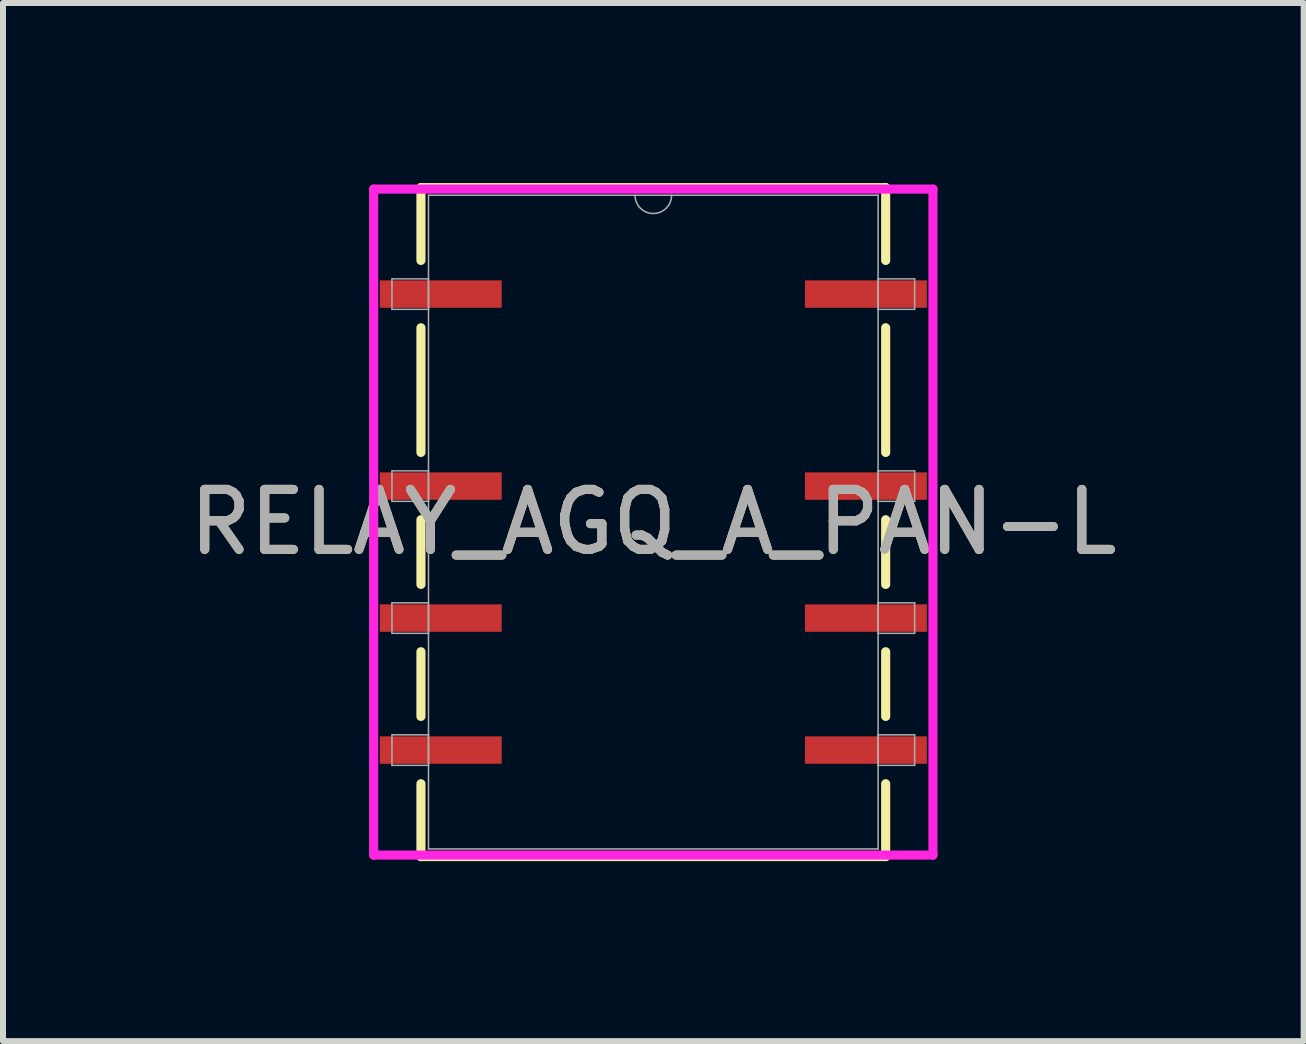
<source format=kicad_pcb>
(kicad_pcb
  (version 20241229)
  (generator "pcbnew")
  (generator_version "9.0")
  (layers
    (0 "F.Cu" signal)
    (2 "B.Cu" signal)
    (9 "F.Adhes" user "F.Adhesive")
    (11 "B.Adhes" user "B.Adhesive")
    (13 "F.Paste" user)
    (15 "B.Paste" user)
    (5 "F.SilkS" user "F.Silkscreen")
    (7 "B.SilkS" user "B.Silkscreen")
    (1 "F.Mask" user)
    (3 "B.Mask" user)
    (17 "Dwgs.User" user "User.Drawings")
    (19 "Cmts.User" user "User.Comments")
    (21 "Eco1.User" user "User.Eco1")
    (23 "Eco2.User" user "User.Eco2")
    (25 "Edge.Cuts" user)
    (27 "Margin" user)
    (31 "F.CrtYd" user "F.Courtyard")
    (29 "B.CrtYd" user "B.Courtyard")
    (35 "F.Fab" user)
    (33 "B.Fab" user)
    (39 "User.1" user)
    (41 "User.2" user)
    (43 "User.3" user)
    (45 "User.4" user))
  (footprint "RELAY_AGQ_A_PAN-L"
    (layer "F.Cu")
    (at 7.839 5.652)
    (property "Reference" "RELAY_AGQ_A_PAN-L" (at 0 0 0) (unlocked yes) (layer "F.SilkS") (effects (font (size 1 1) (thickness 0.15))))
    (attr smd)
    (fp_line (start -3.873 -5.575) (end -3.873 -4.361) (stroke (width 0.152) (type solid)) (layer "F.SilkS"))
    (fp_line (start -3.873 -3.239) (end -3.873 -1.161) (stroke (width 0.152) (type solid)) (layer "F.SilkS"))
    (fp_line (start -3.873 -0.039) (end -3.873 1.039) (stroke (width 0.152) (type solid)) (layer "F.SilkS"))
    (fp_line (start -3.873 2.161) (end -3.873 3.239) (stroke (width 0.152) (type solid)) (layer "F.SilkS"))
    (fp_line (start -3.873 4.361) (end -3.873 5.575) (stroke (width 0.152) (type solid)) (layer "F.SilkS"))
    (fp_line (start -3.873 5.575) (end 3.873 5.575) (stroke (width 0.152) (type solid)) (layer "F.SilkS"))
    (fp_line (start 3.873 -5.575) (end -3.873 -5.575) (stroke (width 0.152) (type solid)) (layer "F.SilkS"))
    (fp_line (start 3.873 -4.361) (end 3.873 -5.575) (stroke (width 0.152) (type solid)) (layer "F.SilkS"))
    (fp_line (start 3.873 -1.161) (end 3.873 -3.239) (stroke (width 0.152) (type solid)) (layer "F.SilkS"))
    (fp_line (start 3.873 1.039) (end 3.873 -0.039) (stroke (width 0.152) (type solid)) (layer "F.SilkS"))
    (fp_line (start 3.873 3.239) (end 3.873 2.161) (stroke (width 0.152) (type solid)) (layer "F.SilkS"))
    (fp_line (start 3.873 5.575) (end 3.873 4.361) (stroke (width 0.152) (type solid)) (layer "F.SilkS"))
    (fp_line (start -4.661 -5.55) (end 4.661 -5.55) (stroke (width 0.152) (type solid)) (layer "F.CrtYd"))
    (fp_line (start -4.661 5.55) (end -4.661 -5.55) (stroke (width 0.152) (type solid)) (layer "F.CrtYd"))
    (fp_line (start 4.661 -5.55) (end 4.661 5.55) (stroke (width 0.152) (type solid)) (layer "F.CrtYd"))
    (fp_line (start 4.661 5.55) (end -4.661 5.55) (stroke (width 0.152) (type solid)) (layer "F.CrtYd"))
    (fp_line (start -4.356 -4.054) (end -4.356 -3.546) (stroke (width 0.025) (type solid)) (layer "F.Fab"))
    (fp_line (start -4.356 -3.546) (end -3.747 -3.546) (stroke (width 0.025) (type solid)) (layer "F.Fab"))
    (fp_line (start -4.356 -0.854) (end -4.356 -0.346) (stroke (width 0.025) (type solid)) (layer "F.Fab"))
    (fp_line (start -4.356 -0.346) (end -3.747 -0.346) (stroke (width 0.025) (type solid)) (layer "F.Fab"))
    (fp_line (start -4.356 1.346) (end -4.356 1.854) (stroke (width 0.025) (type solid)) (layer "F.Fab"))
    (fp_line (start -4.356 1.854) (end -3.747 1.854) (stroke (width 0.025) (type solid)) (layer "F.Fab"))
    (fp_line (start -4.356 3.546) (end -4.356 4.054) (stroke (width 0.025) (type solid)) (layer "F.Fab"))
    (fp_line (start -4.356 4.054) (end -3.747 4.054) (stroke (width 0.025) (type solid)) (layer "F.Fab"))
    (fp_line (start -3.747 -5.448) (end -3.747 5.448) (stroke (width 0.025) (type solid)) (layer "F.Fab"))
    (fp_line (start -3.747 -4.054) (end -4.356 -4.054) (stroke (width 0.025) (type solid)) (layer "F.Fab"))
    (fp_line (start -3.747 -3.546) (end -3.747 -4.054) (stroke (width 0.025) (type solid)) (layer "F.Fab"))
    (fp_line (start -3.747 -0.854) (end -4.356 -0.854) (stroke (width 0.025) (type solid)) (layer "F.Fab"))
    (fp_line (start -3.747 -0.346) (end -3.747 -0.854) (stroke (width 0.025) (type solid)) (layer "F.Fab"))
    (fp_line (start -3.747 1.346) (end -4.356 1.346) (stroke (width 0.025) (type solid)) (layer "F.Fab"))
    (fp_line (start -3.747 1.854) (end -3.747 1.346) (stroke (width 0.025) (type solid)) (layer "F.Fab"))
    (fp_line (start -3.747 3.546) (end -4.356 3.546) (stroke (width 0.025) (type solid)) (layer "F.Fab"))
    (fp_line (start -3.747 4.054) (end -3.747 3.546) (stroke (width 0.025) (type solid)) (layer "F.Fab"))
    (fp_line (start -3.747 5.448) (end 3.747 5.448) (stroke (width 0.025) (type solid)) (layer "F.Fab"))
    (fp_line (start 3.747 -5.448) (end -3.747 -5.448) (stroke (width 0.025) (type solid)) (layer "F.Fab"))
    (fp_line (start 3.747 -4.054) (end 3.747 -3.546) (stroke (width 0.025) (type solid)) (layer "F.Fab"))
    (fp_line (start 3.747 -3.546) (end 4.356 -3.546) (stroke (width 0.025) (type solid)) (layer "F.Fab"))
    (fp_line (start 3.747 -0.854) (end 3.747 -0.346) (stroke (width 0.025) (type solid)) (layer "F.Fab"))
    (fp_line (start 3.747 -0.346) (end 4.356 -0.346) (stroke (width 0.025) (type solid)) (layer "F.Fab"))
    (fp_line (start 3.747 1.346) (end 3.747 1.854) (stroke (width 0.025) (type solid)) (layer "F.Fab"))
    (fp_line (start 3.747 1.854) (end 4.356 1.854) (stroke (width 0.025) (type solid)) (layer "F.Fab"))
    (fp_line (start 3.747 3.546) (end 3.747 4.054) (stroke (width 0.025) (type solid)) (layer "F.Fab"))
    (fp_line (start 3.747 4.054) (end 4.356 4.054) (stroke (width 0.025) (type solid)) (layer "F.Fab"))
    (fp_line (start 3.747 5.448) (end 3.747 -5.448) (stroke (width 0.025) (type solid)) (layer "F.Fab"))
    (fp_line (start 4.356 -4.054) (end 3.747 -4.054) (stroke (width 0.025) (type solid)) (layer "F.Fab"))
    (fp_line (start 4.356 -3.546) (end 4.356 -4.054) (stroke (width 0.025) (type solid)) (layer "F.Fab"))
    (fp_line (start 4.356 -0.854) (end 3.747 -0.854) (stroke (width 0.025) (type solid)) (layer "F.Fab"))
    (fp_line (start 4.356 -0.346) (end 4.356 -0.854) (stroke (width 0.025) (type solid)) (layer "F.Fab"))
    (fp_line (start 4.356 1.346) (end 3.747 1.346) (stroke (width 0.025) (type solid)) (layer "F.Fab"))
    (fp_line (start 4.356 1.854) (end 4.356 1.346) (stroke (width 0.025) (type solid)) (layer "F.Fab"))
    (fp_line (start 4.356 3.546) (end 3.747 3.546) (stroke (width 0.025) (type solid)) (layer "F.Fab"))
    (fp_line (start 4.356 4.054) (end 4.356 3.546) (stroke (width 0.025) (type solid)) (layer "F.Fab"))
    (fp_arc (start 0.3048 -5.4483) (mid 0 -5.1435) (end -0.3048 -5.4483) (stroke (width 0.0254) (type solid)) (layer "F.Fab"))
    (fp_text user "${REFERENCE}" (at 0 0 0) (unlocked yes) (layer "F.Fab") (effects (font (size 1 1) (thickness 0.15))))
    (pad "1" smd rect (at -3.543 -3.8) (size 2.032 0.457) (layers "F.Cu" "F.Mask" "F.Paste"))
    (pad "2" smd rect (at -3.543 -0.6) (size 2.032 0.457) (layers "F.Cu" "F.Mask" "F.Paste"))
    (pad "3" smd rect (at -3.543 1.6) (size 2.032 0.457) (layers "F.Cu" "F.Mask" "F.Paste"))
    (pad "4" smd rect (at -3.543 3.8) (size 2.032 0.457) (layers "F.Cu" "F.Mask" "F.Paste"))
    (pad "5" smd rect (at 3.543 3.8) (size 2.032 0.457) (layers "F.Cu" "F.Mask" "F.Paste"))
    (pad "6" smd rect (at 3.543 1.6) (size 2.032 0.457) (layers "F.Cu" "F.Mask" "F.Paste"))
    (pad "7" smd rect (at 3.543 -0.6) (size 2.032 0.457) (layers "F.Cu" "F.Mask" "F.Paste"))
    (pad "8" smd rect (at 3.543 -3.8) (size 2.032 0.457) (layers "F.Cu" "F.Mask" "F.Paste")))
  (gr_rect
    (start -3 -3)
    (end 18.679 14.303)
    (stroke (width 0.1) (type default))
    (fill no)
    (layer "Edge.Cuts")))
</source>
